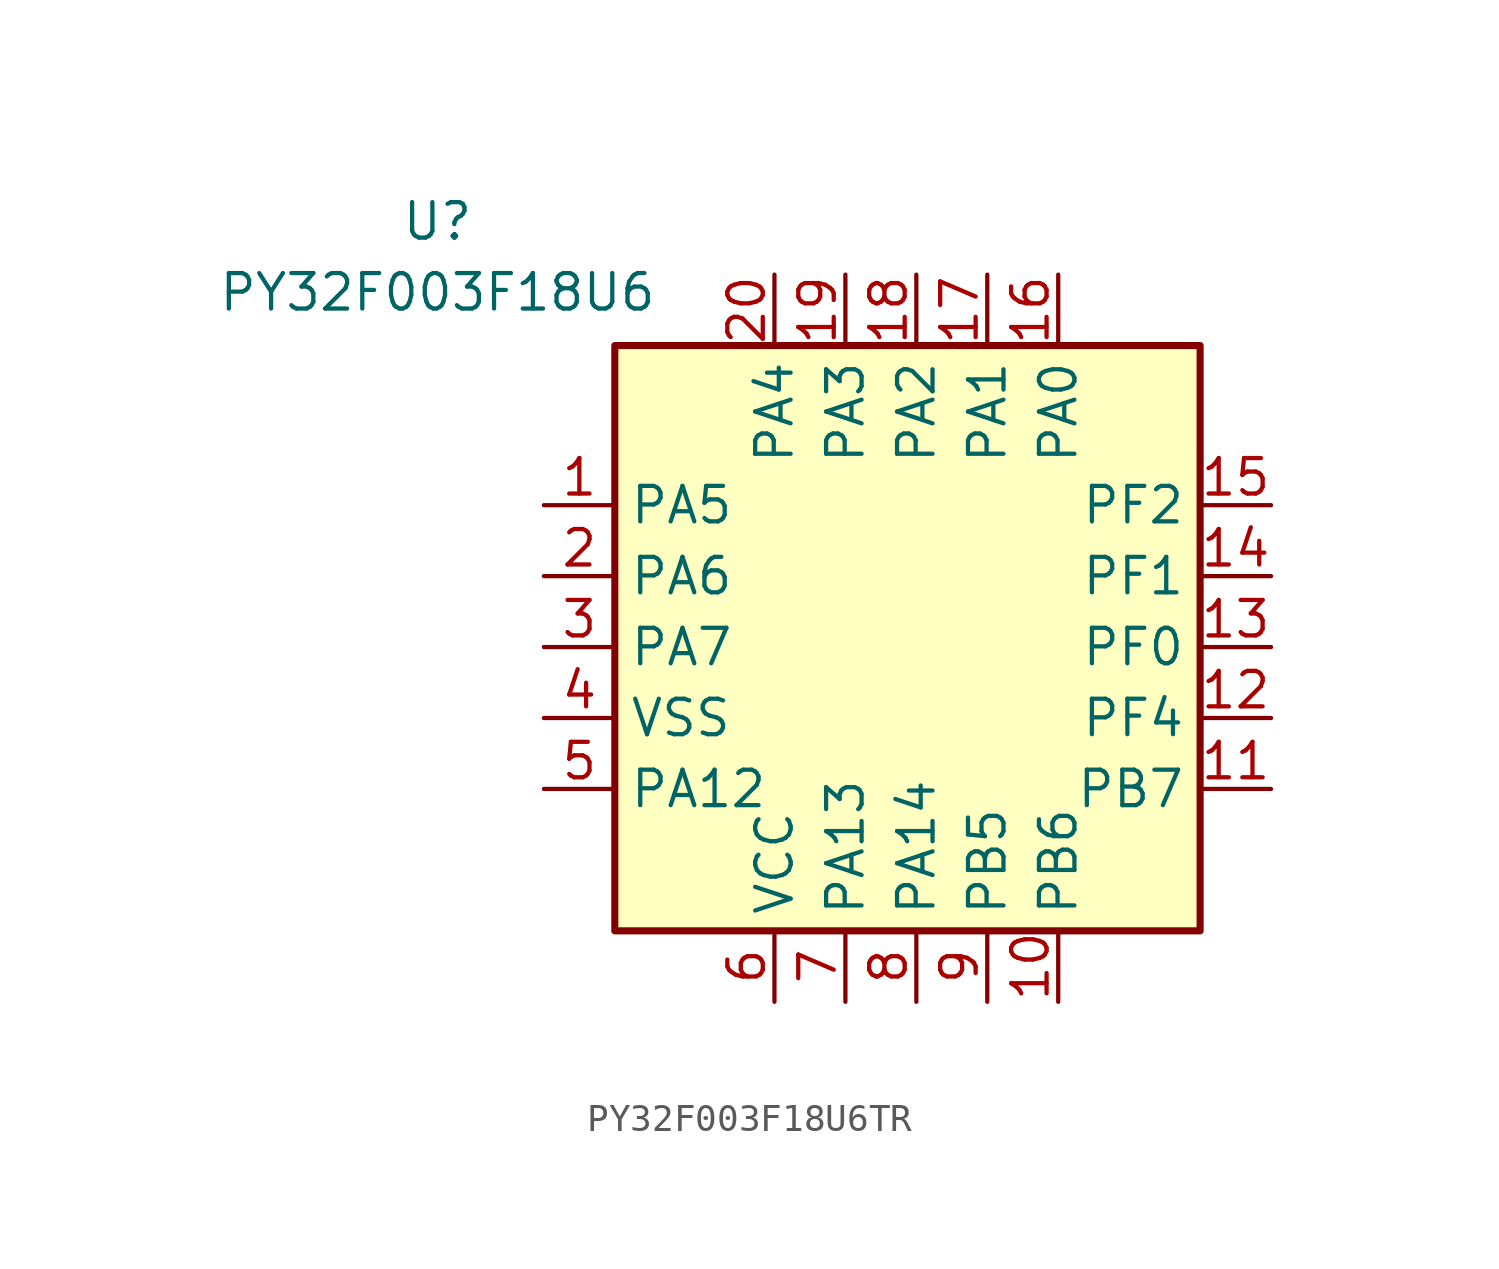
<source format=kicad_sym>
(kicad_symbol_lib
  (version 20220914)
  (generator kicad_symbol_editor)
  (symbol "PY32F003F18U6TR"
    (property "Reference" "U"
      (at -17.145 15.24 0)
      (effects (font (size 1.27 1.27))))
    (property "Value" "PY32F003F18U6"
      (at -17.145 12.7 0)
      (effects (font (size 1.27 1.27))))
    (symbol "PY32F003F18U6TR_1_1"
      (rectangle (start -10.795 10.795) (end 10.16 -10.16) (stroke (width 0.254) (type default)) (fill (type background)))
      (pin bidirectional line (at -13.335 5.08 0) (length 2.54) (name "PA5" (effects (font (size 1.27 1.27)))) (number "1" (effects (font (size 1.27 1.27)))))
      (pin bidirectional line (at 5.08 -12.7 90) (length 2.54) (name "PB6" (effects (font (size 1.27 1.27)))) (number "10" (effects (font (size 1.27 1.27)))))
      (pin bidirectional line (at 12.7 -5.08 180) (length 2.54) (name "PB7" (effects (font (size 1.27 1.27)))) (number "11" (effects (font (size 1.27 1.27)))))
      (pin bidirectional line (at 12.7 -2.54 180) (length 2.54) (name "PF4" (effects (font (size 1.27 1.27)))) (number "12" (effects (font (size 1.27 1.27)))))
      (pin bidirectional line (at 12.7 0 180) (length 2.54) (name "PF0" (effects (font (size 1.27 1.27)))) (number "13" (effects (font (size 1.27 1.27)))))
      (pin bidirectional line (at 12.7 2.54 180) (length 2.54) (name "PF1" (effects (font (size 1.27 1.27)))) (number "14" (effects (font (size 1.27 1.27)))))
      (pin bidirectional line (at 12.7 5.08 180) (length 2.54) (name "PF2" (effects (font (size 1.27 1.27)))) (number "15" (effects (font (size 1.27 1.27)))))
      (pin bidirectional line (at 5.08 13.335 270) (length 2.54) (name "PA0" (effects (font (size 1.27 1.27)))) (number "16" (effects (font (size 1.27 1.27)))))
      (pin bidirectional line (at 2.54 13.335 270) (length 2.54) (name "PA1" (effects (font (size 1.27 1.27)))) (number "17" (effects (font (size 1.27 1.27)))))
      (pin bidirectional line (at 0 13.335 270) (length 2.54) (name "PA2" (effects (font (size 1.27 1.27)))) (number "18" (effects (font (size 1.27 1.27)))))
      (pin bidirectional line (at -2.54 13.335 270) (length 2.54) (name "PA3" (effects (font (size 1.27 1.27)))) (number "19" (effects (font (size 1.27 1.27)))))
      (pin bidirectional line (at -13.335 2.54 0) (length 2.54) (name "PA6" (effects (font (size 1.27 1.27)))) (number "2" (effects (font (size 1.27 1.27)))))
      (pin bidirectional line (at -5.08 13.335 270) (length 2.54) (name "PA4" (effects (font (size 1.27 1.27)))) (number "20" (effects (font (size 1.27 1.27)))))
      (pin input line (at -13.335 -2.54 0) (length 2.54) hide (name "PAD" (effects (font (size 1.27 1.27)))) (number "21" (effects (font (size 1.27 1.27)))))
      (pin bidirectional line (at -13.335 0 0) (length 2.54) (name "PA7" (effects (font (size 1.27 1.27)))) (number "3" (effects (font (size 1.27 1.27)))))
      (pin power_in line (at -13.335 -2.54 0) (length 2.54) (name "VSS" (effects (font (size 1.27 1.27)))) (number "4" (effects (font (size 1.27 1.27)))))
      (pin bidirectional line (at -13.335 -5.08 0) (length 2.54) (name "PA12" (effects (font (size 1.27 1.27)))) (number "5" (effects (font (size 1.27 1.27)))))
      (pin power_in line (at -5.08 -12.7 90) (length 2.54) (name "VCC" (effects (font (size 1.27 1.27)))) (number "6" (effects (font (size 1.27 1.27)))))
      (pin bidirectional line (at -2.54 -12.7 90) (length 2.54) (name "PA13" (effects (font (size 1.27 1.27)))) (number "7" (effects (font (size 1.27 1.27)))))
      (pin bidirectional line (at 0 -12.7 90) (length 2.54) (name "PA14" (effects (font (size 1.27 1.27)))) (number "8" (effects (font (size 1.27 1.27)))))
      (pin bidirectional line (at 2.54 -12.7 90) (length 2.54) (name "PB5" (effects (font (size 1.27 1.27)))) (number "9" (effects (font (size 1.27 1.27))))))))
</source>
